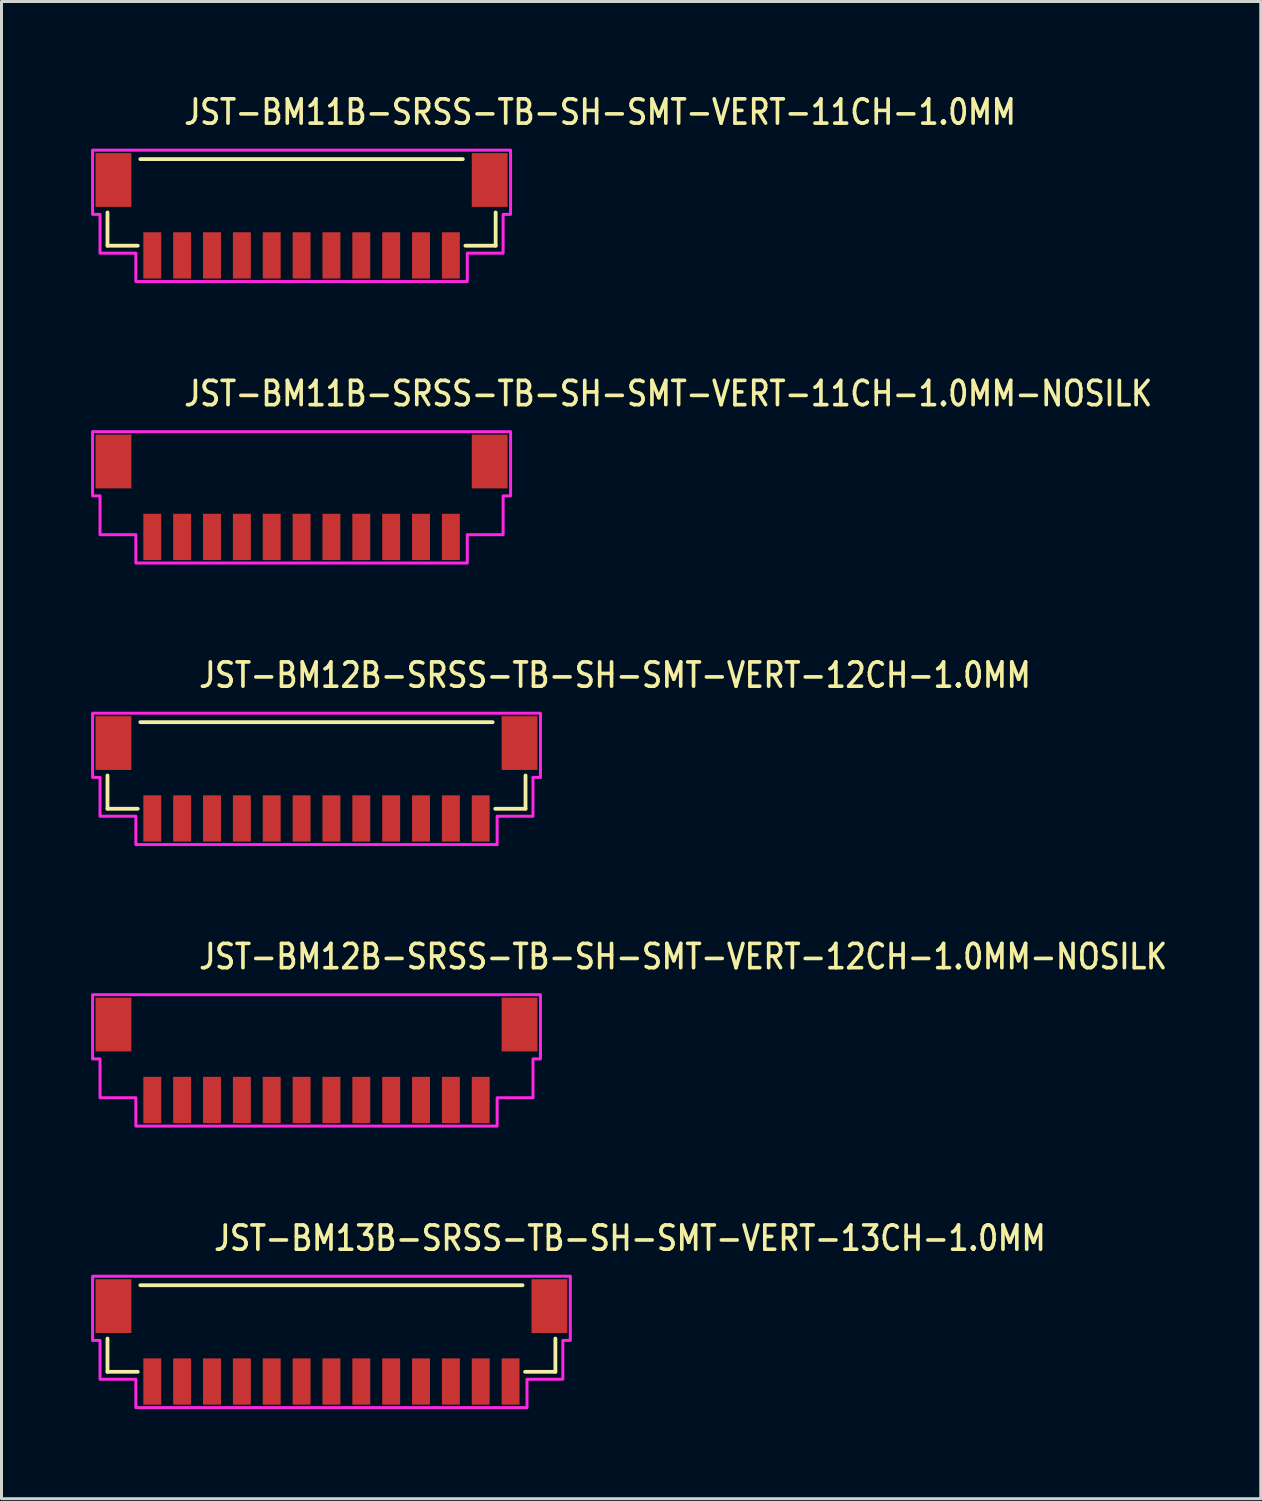
<source format=kicad_pcb>
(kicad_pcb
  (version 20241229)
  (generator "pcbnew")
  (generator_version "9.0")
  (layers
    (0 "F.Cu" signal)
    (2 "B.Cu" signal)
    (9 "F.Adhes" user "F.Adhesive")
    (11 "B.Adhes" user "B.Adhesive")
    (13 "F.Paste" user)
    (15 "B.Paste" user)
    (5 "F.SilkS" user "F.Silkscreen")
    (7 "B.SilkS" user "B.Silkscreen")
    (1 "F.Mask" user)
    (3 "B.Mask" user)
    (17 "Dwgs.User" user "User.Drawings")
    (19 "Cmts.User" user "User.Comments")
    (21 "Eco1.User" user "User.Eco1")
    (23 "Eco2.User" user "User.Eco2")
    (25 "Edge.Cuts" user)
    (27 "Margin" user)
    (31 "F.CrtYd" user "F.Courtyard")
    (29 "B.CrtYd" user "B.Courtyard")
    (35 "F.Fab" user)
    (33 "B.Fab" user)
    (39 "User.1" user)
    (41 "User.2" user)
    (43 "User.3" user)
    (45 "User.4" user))
  (footprint "JST-BM11B-SRSS-TB-SH-SMT-VERT-11CH-1.0MM"
    (layer "F.Cu")
    (at 7.05 4.179)
    (property "Reference" "JST-BM11B-SRSS-TB-SH-SMT-VERT-11CH-1.0MM" (at -4 -3 0) (unlocked yes) (layer "F.SilkS") (effects (font (size 0.813 0.695) (thickness 0.122)) (justify left bottom)))
    (fp_line (start -6.5 -0.114) (end -6.5 1) (stroke (width 0.127) (type solid)) (layer "F.SilkS"))
    (fp_line (start -6.5 1) (end -5.487 1) (stroke (width 0.127) (type solid)) (layer "F.SilkS"))
    (fp_line (start -5.4 -1.9) (end 5.4 -1.9) (stroke (width 0.127) (type solid)) (layer "F.SilkS"))
    (fp_line (start 5.487 1) (end 6.5 1) (stroke (width 0.127) (type solid)) (layer "F.SilkS"))
    (fp_line (start 6.5 1) (end 6.5 -0.114) (stroke (width 0.127) (type solid)) (layer "F.SilkS"))
    (fp_poly (pts (xy -7 -2.2) (xy -7 -0.05) (xy -6.75 -0.05) (xy -6.75 1.25) (xy -5.55 1.25) (xy -5.55 2.2) (xy 5.55 2.2) (xy 5.55 1.25) (xy 6.75 1.25) (xy 6.75 -0.05) (xy 7 -0.05) (xy 7 -2.2)) (stroke (width 0.1) (type solid)) (fill no) (layer "F.CrtYd"))
    (pad "1" smd rect (at -5 1.325) (size 0.6 1.55) (layers "F.Cu" "F.Mask" "F.Paste"))
    (pad "2" smd rect (at -4 1.325) (size 0.6 1.55) (layers "F.Cu" "F.Mask" "F.Paste"))
    (pad "3" smd rect (at -3 1.325) (size 0.6 1.55) (layers "F.Cu" "F.Mask" "F.Paste"))
    (pad "4" smd rect (at -2 1.325) (size 0.6 1.55) (layers "F.Cu" "F.Mask" "F.Paste"))
    (pad "5" smd rect (at -1 1.325) (size 0.6 1.55) (layers "F.Cu" "F.Mask" "F.Paste"))
    (pad "6" smd rect (at 0 1.325) (size 0.6 1.55) (layers "F.Cu" "F.Mask" "F.Paste"))
    (pad "7" smd rect (at 1 1.325) (size 0.6 1.55) (layers "F.Cu" "F.Mask" "F.Paste"))
    (pad "8" smd rect (at 2 1.325) (size 0.6 1.55) (layers "F.Cu" "F.Mask" "F.Paste"))
    (pad "9" smd rect (at 3 1.325) (size 0.6 1.55) (layers "F.Cu" "F.Mask" "F.Paste"))
    (pad "10" smd rect (at 4 1.325) (size 0.6 1.55) (layers "F.Cu" "F.Mask" "F.Paste"))
    (pad "11" smd rect (at 5 1.325) (size 0.6 1.55) (layers "F.Cu" "F.Mask" "F.Paste"))
    (pad "S_11" smd rect (at 6.3 -1.2) (size 1.2 1.8) (layers "F.Cu" "F.Mask" "F.Paste"))
    (pad "S_12" smd rect (at -6.3 -1.2) (size 1.2 1.8) (layers "F.Cu" "F.Mask" "F.Paste")))
  (footprint "JST-BM12B-SRSS-TB-SH-SMT-VERT-12CH-1.0MM-NOSILK"
    (layer "F.Cu")
    (at 7.55 32.464)
    (property "Reference" "JST-BM12B-SRSS-TB-SH-SMT-VERT-12CH-1.0MM-NOSILK" (at -4 -3 0) (unlocked yes) (layer "F.SilkS") (effects (font (size 0.813 0.695) (thickness 0.122)) (justify left bottom)))
    (fp_poly (pts (xy -7.5 -2.2) (xy -7.5 -0.05) (xy -7.25 -0.05) (xy -7.25 1.25) (xy -6.05 1.25) (xy -6.05 2.2) (xy 6.05 2.2) (xy 6.05 1.25) (xy 7.25 1.25) (xy 7.25 -0.05) (xy 7.5 -0.05) (xy 7.5 -2.2)) (stroke (width 0.1) (type solid)) (fill no) (layer "F.CrtYd"))
    (pad "1" smd rect (at -5.5 1.325) (size 0.6 1.55) (layers "F.Cu" "F.Mask" "F.Paste"))
    (pad "2" smd rect (at -4.5 1.325) (size 0.6 1.55) (layers "F.Cu" "F.Mask" "F.Paste"))
    (pad "3" smd rect (at -3.5 1.325) (size 0.6 1.55) (layers "F.Cu" "F.Mask" "F.Paste"))
    (pad "4" smd rect (at -2.5 1.325) (size 0.6 1.55) (layers "F.Cu" "F.Mask" "F.Paste"))
    (pad "5" smd rect (at -1.5 1.325) (size 0.6 1.55) (layers "F.Cu" "F.Mask" "F.Paste"))
    (pad "6" smd rect (at -0.5 1.325) (size 0.6 1.55) (layers "F.Cu" "F.Mask" "F.Paste"))
    (pad "7" smd rect (at 0.5 1.325) (size 0.6 1.55) (layers "F.Cu" "F.Mask" "F.Paste"))
    (pad "8" smd rect (at 1.5 1.325) (size 0.6 1.55) (layers "F.Cu" "F.Mask" "F.Paste"))
    (pad "9" smd rect (at 2.5 1.325) (size 0.6 1.55) (layers "F.Cu" "F.Mask" "F.Paste"))
    (pad "10" smd rect (at 3.5 1.325) (size 0.6 1.55) (layers "F.Cu" "F.Mask" "F.Paste"))
    (pad "11" smd rect (at 4.5 1.325) (size 0.6 1.55) (layers "F.Cu" "F.Mask" "F.Paste"))
    (pad "12" smd rect (at 5.5 1.325) (size 0.6 1.55) (layers "F.Cu" "F.Mask" "F.Paste"))
    (pad "S_12" smd rect (at 6.8 -1.2) (size 1.2 1.8) (layers "F.Cu" "F.Mask" "F.Paste"))
    (pad "S_13" smd rect (at -6.8 -1.2) (size 1.2 1.8) (layers "F.Cu" "F.Mask" "F.Paste")))
  (footprint "JST-BM11B-SRSS-TB-SH-SMT-VERT-11CH-1.0MM-NOSILK"
    (layer "F.Cu")
    (at 7.05 13.607)
    (property "Reference" "JST-BM11B-SRSS-TB-SH-SMT-VERT-11CH-1.0MM-NOSILK" (at -4 -3 0) (unlocked yes) (layer "F.SilkS") (effects (font (size 0.813 0.695) (thickness 0.122)) (justify left bottom)))
    (fp_poly (pts (xy -7 -2.2) (xy -7 -0.05) (xy -6.75 -0.05) (xy -6.75 1.25) (xy -5.55 1.25) (xy -5.55 2.2) (xy 5.55 2.2) (xy 5.55 1.25) (xy 6.75 1.25) (xy 6.75 -0.05) (xy 7 -0.05) (xy 7 -2.2)) (stroke (width 0.1) (type solid)) (fill no) (layer "F.CrtYd"))
    (pad "1" smd rect (at -5 1.325) (size 0.6 1.55) (layers "F.Cu" "F.Mask" "F.Paste"))
    (pad "2" smd rect (at -4 1.325) (size 0.6 1.55) (layers "F.Cu" "F.Mask" "F.Paste"))
    (pad "3" smd rect (at -3 1.325) (size 0.6 1.55) (layers "F.Cu" "F.Mask" "F.Paste"))
    (pad "4" smd rect (at -2 1.325) (size 0.6 1.55) (layers "F.Cu" "F.Mask" "F.Paste"))
    (pad "5" smd rect (at -1 1.325) (size 0.6 1.55) (layers "F.Cu" "F.Mask" "F.Paste"))
    (pad "6" smd rect (at 0 1.325) (size 0.6 1.55) (layers "F.Cu" "F.Mask" "F.Paste"))
    (pad "7" smd rect (at 1 1.325) (size 0.6 1.55) (layers "F.Cu" "F.Mask" "F.Paste"))
    (pad "8" smd rect (at 2 1.325) (size 0.6 1.55) (layers "F.Cu" "F.Mask" "F.Paste"))
    (pad "9" smd rect (at 3 1.325) (size 0.6 1.55) (layers "F.Cu" "F.Mask" "F.Paste"))
    (pad "10" smd rect (at 4 1.325) (size 0.6 1.55) (layers "F.Cu" "F.Mask" "F.Paste"))
    (pad "11" smd rect (at 5 1.325) (size 0.6 1.55) (layers "F.Cu" "F.Mask" "F.Paste"))
    (pad "S_11" smd rect (at 6.3 -1.2) (size 1.2 1.8) (layers "F.Cu" "F.Mask" "F.Paste"))
    (pad "S_12" smd rect (at -6.3 -1.2) (size 1.2 1.8) (layers "F.Cu" "F.Mask" "F.Paste")))
  (footprint "JST-BM13B-SRSS-TB-SH-SMT-VERT-13CH-1.0MM"
    (layer "F.Cu")
    (at 8.05 41.893)
    (property "Reference" "JST-BM13B-SRSS-TB-SH-SMT-VERT-13CH-1.0MM" (at -4 -3 0) (unlocked yes) (layer "F.SilkS") (effects (font (size 0.813 0.695) (thickness 0.122)) (justify left bottom)))
    (fp_line (start -7.5 -0.114) (end -7.5 1) (stroke (width 0.127) (type solid)) (layer "F.SilkS"))
    (fp_line (start -7.5 1) (end -6.487 1) (stroke (width 0.127) (type solid)) (layer "F.SilkS"))
    (fp_line (start -6.4 -1.9) (end 6.4 -1.9) (stroke (width 0.127) (type solid)) (layer "F.SilkS"))
    (fp_line (start 6.487 1) (end 7.5 1) (stroke (width 0.127) (type solid)) (layer "F.SilkS"))
    (fp_line (start 7.5 1) (end 7.5 -0.114) (stroke (width 0.127) (type solid)) (layer "F.SilkS"))
    (fp_poly (pts (xy -8 -2.2) (xy -8 -0.05) (xy -7.75 -0.05) (xy -7.75 1.25) (xy -6.55 1.25) (xy -6.55 2.2) (xy 6.55 2.2) (xy 6.55 1.25) (xy 7.75 1.25) (xy 7.75 -0.05) (xy 8 -0.05) (xy 8 -2.2)) (stroke (width 0.1) (type solid)) (fill no) (layer "F.CrtYd"))
    (pad "1" smd rect (at -6 1.325) (size 0.6 1.55) (layers "F.Cu" "F.Mask" "F.Paste"))
    (pad "2" smd rect (at -5 1.325) (size 0.6 1.55) (layers "F.Cu" "F.Mask" "F.Paste"))
    (pad "3" smd rect (at -4 1.325) (size 0.6 1.55) (layers "F.Cu" "F.Mask" "F.Paste"))
    (pad "4" smd rect (at -3 1.325) (size 0.6 1.55) (layers "F.Cu" "F.Mask" "F.Paste"))
    (pad "5" smd rect (at -2 1.325) (size 0.6 1.55) (layers "F.Cu" "F.Mask" "F.Paste"))
    (pad "6" smd rect (at -1 1.325) (size 0.6 1.55) (layers "F.Cu" "F.Mask" "F.Paste"))
    (pad "7" smd rect (at 0 1.325) (size 0.6 1.55) (layers "F.Cu" "F.Mask" "F.Paste"))
    (pad "8" smd rect (at 1 1.325) (size 0.6 1.55) (layers "F.Cu" "F.Mask" "F.Paste"))
    (pad "9" smd rect (at 2 1.325) (size 0.6 1.55) (layers "F.Cu" "F.Mask" "F.Paste"))
    (pad "10" smd rect (at 3 1.325) (size 0.6 1.55) (layers "F.Cu" "F.Mask" "F.Paste"))
    (pad "11" smd rect (at 4 1.325) (size 0.6 1.55) (layers "F.Cu" "F.Mask" "F.Paste"))
    (pad "12" smd rect (at 5 1.325) (size 0.6 1.55) (layers "F.Cu" "F.Mask" "F.Paste"))
    (pad "13" smd rect (at 6 1.325) (size 0.6 1.55) (layers "F.Cu" "F.Mask" "F.Paste"))
    (pad "S_13" smd rect (at 7.3 -1.2) (size 1.2 1.8) (layers "F.Cu" "F.Mask" "F.Paste"))
    (pad "S_14" smd rect (at -7.3 -1.2) (size 1.2 1.8) (layers "F.Cu" "F.Mask" "F.Paste")))
  (footprint "JST-BM12B-SRSS-TB-SH-SMT-VERT-12CH-1.0MM"
    (layer "F.Cu")
    (at 7.55 23.036)
    (property "Reference" "JST-BM12B-SRSS-TB-SH-SMT-VERT-12CH-1.0MM" (at -4 -3 0) (unlocked yes) (layer "F.SilkS") (effects (font (size 0.813 0.695) (thickness 0.122)) (justify left bottom)))
    (fp_line (start -7 -0.114) (end -7 1) (stroke (width 0.127) (type solid)) (layer "F.SilkS"))
    (fp_line (start -7 1) (end -5.987 1) (stroke (width 0.127) (type solid)) (layer "F.SilkS"))
    (fp_line (start -5.9 -1.9) (end 5.9 -1.9) (stroke (width 0.127) (type solid)) (layer "F.SilkS"))
    (fp_line (start 5.987 1) (end 7 1) (stroke (width 0.127) (type solid)) (layer "F.SilkS"))
    (fp_line (start 7 1) (end 7 -0.114) (stroke (width 0.127) (type solid)) (layer "F.SilkS"))
    (fp_poly (pts (xy -7.5 -2.2) (xy -7.5 -0.05) (xy -7.25 -0.05) (xy -7.25 1.25) (xy -6.05 1.25) (xy -6.05 2.2) (xy 6.05 2.2) (xy 6.05 1.25) (xy 7.25 1.25) (xy 7.25 -0.05) (xy 7.5 -0.05) (xy 7.5 -2.2)) (stroke (width 0.1) (type solid)) (fill no) (layer "F.CrtYd"))
    (pad "1" smd rect (at -5.5 1.325) (size 0.6 1.55) (layers "F.Cu" "F.Mask" "F.Paste"))
    (pad "2" smd rect (at -4.5 1.325) (size 0.6 1.55) (layers "F.Cu" "F.Mask" "F.Paste"))
    (pad "3" smd rect (at -3.5 1.325) (size 0.6 1.55) (layers "F.Cu" "F.Mask" "F.Paste"))
    (pad "4" smd rect (at -2.5 1.325) (size 0.6 1.55) (layers "F.Cu" "F.Mask" "F.Paste"))
    (pad "5" smd rect (at -1.5 1.325) (size 0.6 1.55) (layers "F.Cu" "F.Mask" "F.Paste"))
    (pad "6" smd rect (at -0.5 1.325) (size 0.6 1.55) (layers "F.Cu" "F.Mask" "F.Paste"))
    (pad "7" smd rect (at 0.5 1.325) (size 0.6 1.55) (layers "F.Cu" "F.Mask" "F.Paste"))
    (pad "8" smd rect (at 1.5 1.325) (size 0.6 1.55) (layers "F.Cu" "F.Mask" "F.Paste"))
    (pad "9" smd rect (at 2.5 1.325) (size 0.6 1.55) (layers "F.Cu" "F.Mask" "F.Paste"))
    (pad "10" smd rect (at 3.5 1.325) (size 0.6 1.55) (layers "F.Cu" "F.Mask" "F.Paste"))
    (pad "11" smd rect (at 4.5 1.325) (size 0.6 1.55) (layers "F.Cu" "F.Mask" "F.Paste"))
    (pad "12" smd rect (at 5.5 1.325) (size 0.6 1.55) (layers "F.Cu" "F.Mask" "F.Paste"))
    (pad "S_12" smd rect (at 6.8 -1.2) (size 1.2 1.8) (layers "F.Cu" "F.Mask" "F.Paste"))
    (pad "S_13" smd rect (at -6.8 -1.2) (size 1.2 1.8) (layers "F.Cu" "F.Mask" "F.Paste")))
  (gr_rect
    (start -3 -3)
    (end 39.174 47.143)
    (stroke (width 0.1) (type default))
    (fill no)
    (layer "Edge.Cuts")))
</source>
